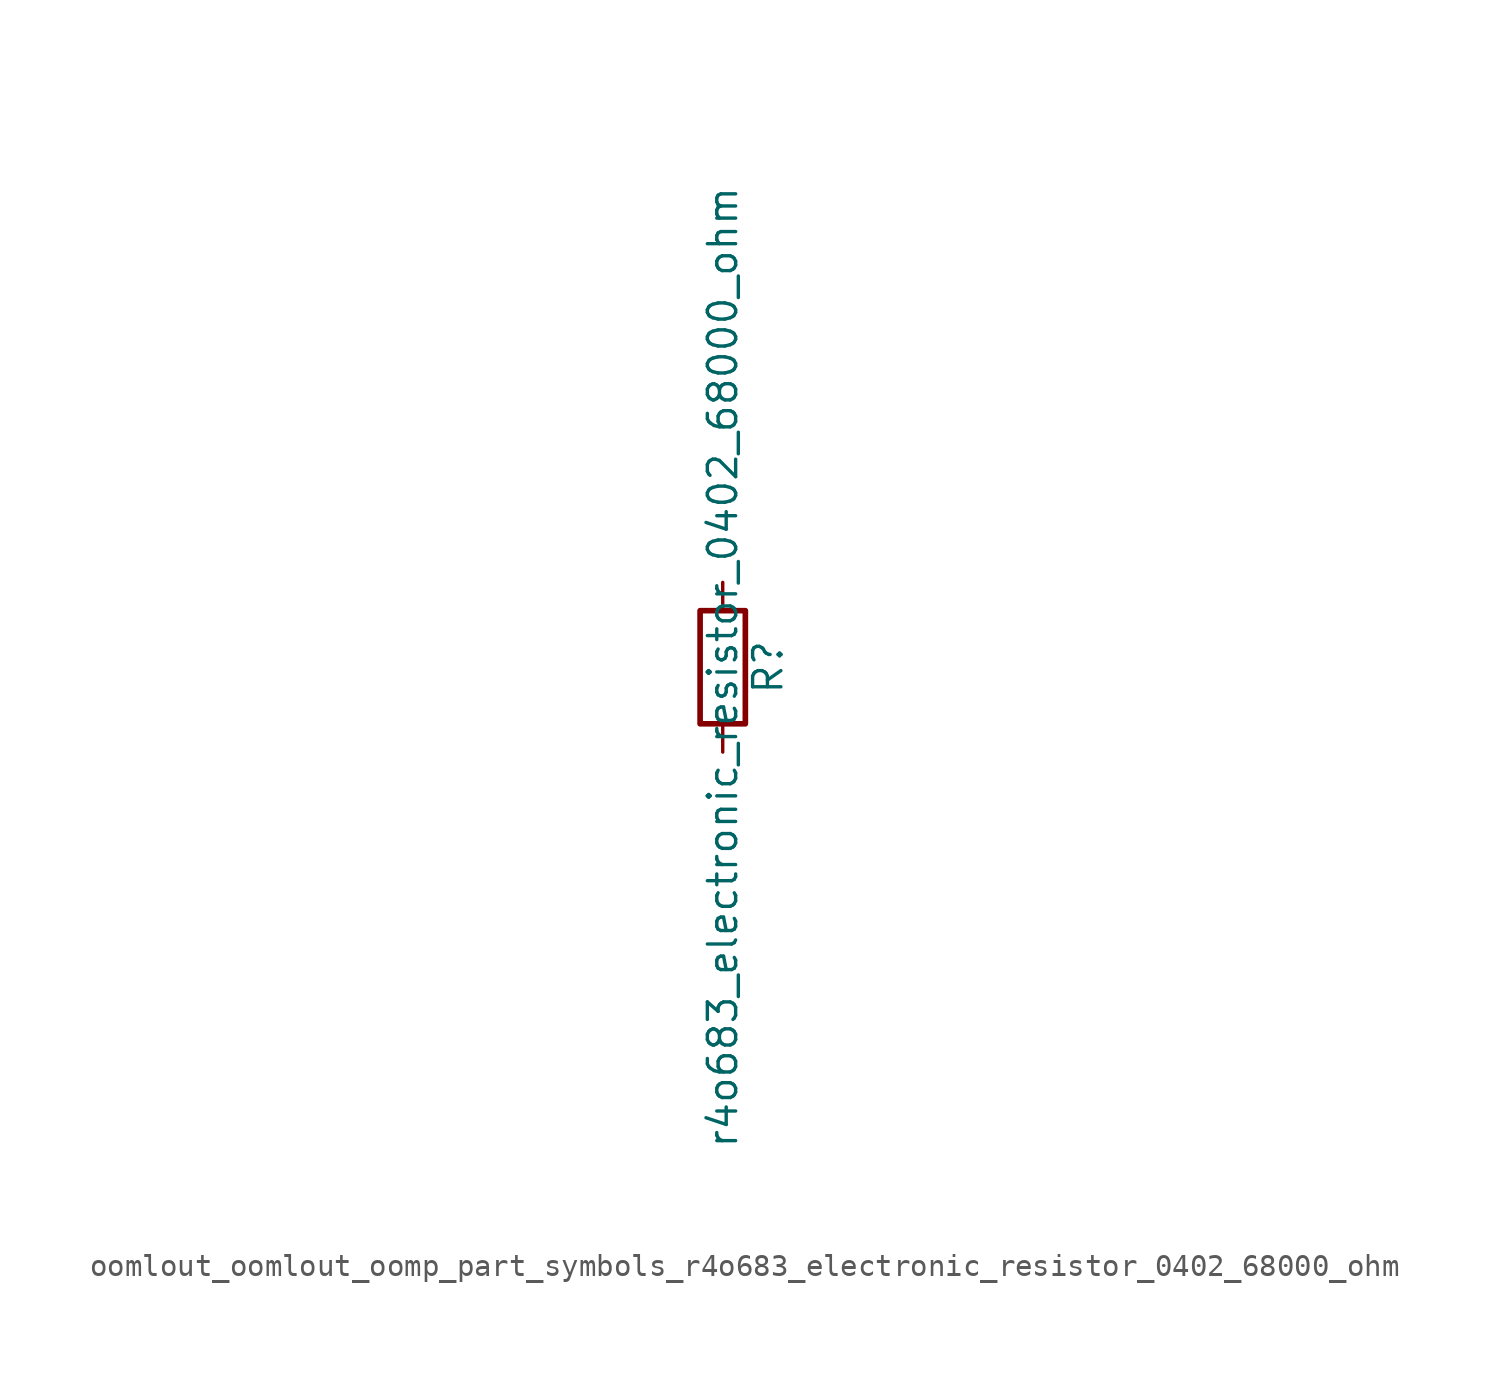
<source format=kicad_sym>
(kicad_symbol_lib
  (version 20220914)
  (generator kicad_symbol_editor)
  (symbol "oomlout_oomlout_oomp_part_symbols_r4o683_electronic_resistor_0402_68000_ohm"
    (pin_numbers hide)
    (pin_names
      (offset 0))
    (property "Reference" "R"
      (at 2.032 0 90)
      (effects (font (size 1.27 1.27))))
    (property "Value" "r4o683_electronic_resistor_0402_68000_ohm"
      (at 0 0 90)
      (effects (font (size 1.27 1.27))))
    (symbol "oomlout_oomlout_oomp_part_symbols_r4o683_electronic_resistor_0402_68000_ohm_0_1"
      (rectangle (start -1.016 -2.54) (end 1.016 2.54) (stroke (width 0.254) (type default)) (fill (type none))))
    (symbol "oomlout_oomlout_oomp_part_symbols_r4o683_electronic_resistor_0402_68000_ohm_1_1"
      (pin passive line (at 0 3.81 270) (length 1.27) (name "~" (effects (font (size 1.27 1.27)))) (number "1" (effects (font (size 1.27 1.27)))))
      (pin passive line (at 0 -3.81 90) (length 1.27) (name "~" (effects (font (size 1.27 1.27)))) (number "2" (effects (font (size 1.27 1.27))))))))
</source>
